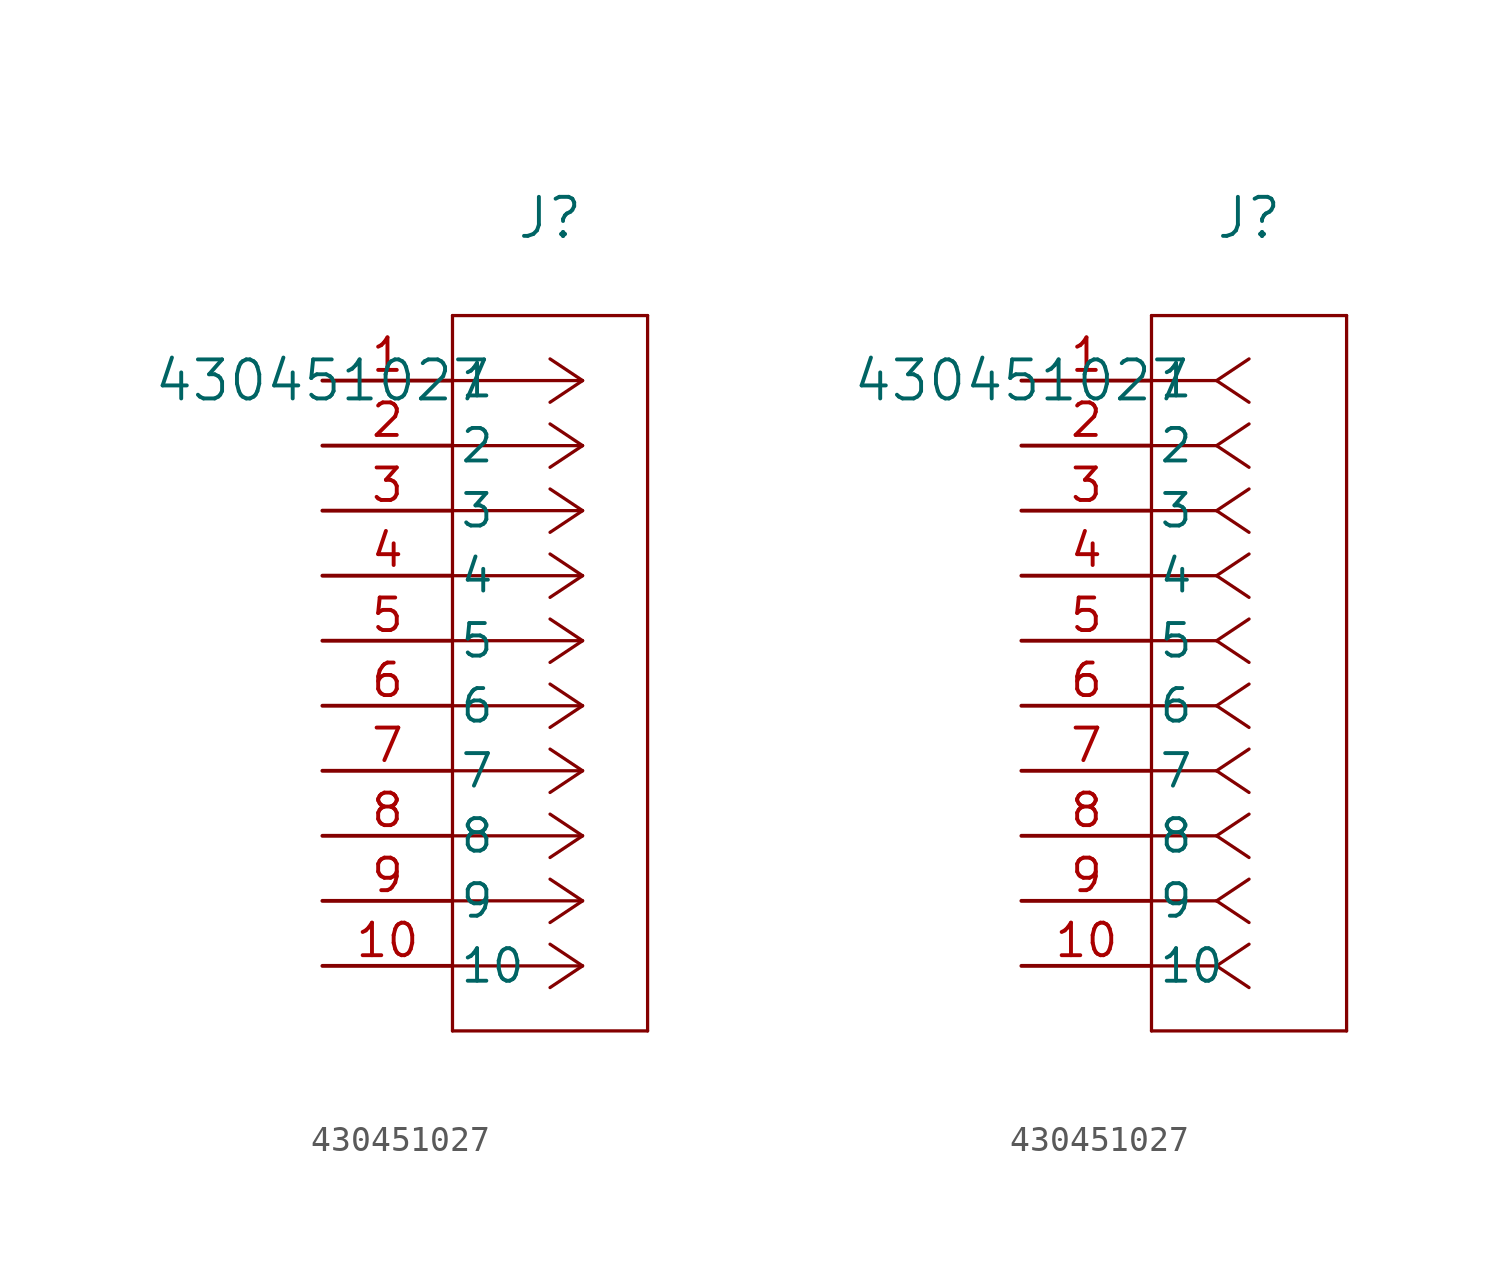
<source format=kicad_sym>
(kicad_symbol_lib
  (version 20211014)
  (generator kicad_symbol_editor)
  (symbol "430451027"
    (pin_names
      (offset 0.254))
    (property "Reference" "J"
      (at 8.89 6.35 0)
      (effects (font (size 1.524 1.524))))
    (property "Value" "430451027"
      (at 0 0 0)
      (effects (font (size 1.524 1.524))))
    (symbol "430451027_1_1"
      (polyline (pts (xy 10.16 0) (xy 5.08 0)) (stroke (width 0.127) (type default) (color 0 0 0 0)) (fill (type none)))
      (polyline (pts (xy 10.16 -2.54) (xy 5.08 -2.54)) (stroke (width 0.127) (type default) (color 0 0 0 0)) (fill (type none)))
      (polyline (pts (xy 10.16 -5.08) (xy 5.08 -5.08)) (stroke (width 0.127) (type default) (color 0 0 0 0)) (fill (type none)))
      (polyline (pts (xy 10.16 -7.62) (xy 5.08 -7.62)) (stroke (width 0.127) (type default) (color 0 0 0 0)) (fill (type none)))
      (polyline (pts (xy 10.16 -10.16) (xy 5.08 -10.16)) (stroke (width 0.127) (type default) (color 0 0 0 0)) (fill (type none)))
      (polyline (pts (xy 10.16 -12.7) (xy 5.08 -12.7)) (stroke (width 0.127) (type default) (color 0 0 0 0)) (fill (type none)))
      (polyline (pts (xy 10.16 -15.24) (xy 5.08 -15.24)) (stroke (width 0.127) (type default) (color 0 0 0 0)) (fill (type none)))
      (polyline (pts (xy 10.16 -17.78) (xy 5.08 -17.78)) (stroke (width 0.127) (type default) (color 0 0 0 0)) (fill (type none)))
      (polyline (pts (xy 10.16 -20.32) (xy 5.08 -20.32)) (stroke (width 0.127) (type default) (color 0 0 0 0)) (fill (type none)))
      (polyline (pts (xy 10.16 -22.86) (xy 5.08 -22.86)) (stroke (width 0.127) (type default) (color 0 0 0 0)) (fill (type none)))
      (polyline (pts (xy 10.16 0) (xy 8.89 0.847)) (stroke (width 0.127) (type default) (color 0 0 0 0)) (fill (type none)))
      (polyline (pts (xy 10.16 -2.54) (xy 8.89 -1.693)) (stroke (width 0.127) (type default) (color 0 0 0 0)) (fill (type none)))
      (polyline (pts (xy 10.16 -5.08) (xy 8.89 -4.233)) (stroke (width 0.127) (type default) (color 0 0 0 0)) (fill (type none)))
      (polyline (pts (xy 10.16 -7.62) (xy 8.89 -6.773)) (stroke (width 0.127) (type default) (color 0 0 0 0)) (fill (type none)))
      (polyline (pts (xy 10.16 -10.16) (xy 8.89 -9.313)) (stroke (width 0.127) (type default) (color 0 0 0 0)) (fill (type none)))
      (polyline (pts (xy 10.16 -12.7) (xy 8.89 -11.853)) (stroke (width 0.127) (type default) (color 0 0 0 0)) (fill (type none)))
      (polyline (pts (xy 10.16 -15.24) (xy 8.89 -14.393)) (stroke (width 0.127) (type default) (color 0 0 0 0)) (fill (type none)))
      (polyline (pts (xy 10.16 -17.78) (xy 8.89 -16.933)) (stroke (width 0.127) (type default) (color 0 0 0 0)) (fill (type none)))
      (polyline (pts (xy 10.16 -20.32) (xy 8.89 -19.473)) (stroke (width 0.127) (type default) (color 0 0 0 0)) (fill (type none)))
      (polyline (pts (xy 10.16 -22.86) (xy 8.89 -22.013)) (stroke (width 0.127) (type default) (color 0 0 0 0)) (fill (type none)))
      (polyline (pts (xy 10.16 0) (xy 8.89 -0.847)) (stroke (width 0.127) (type default) (color 0 0 0 0)) (fill (type none)))
      (polyline (pts (xy 10.16 -2.54) (xy 8.89 -3.387)) (stroke (width 0.127) (type default) (color 0 0 0 0)) (fill (type none)))
      (polyline (pts (xy 10.16 -5.08) (xy 8.89 -5.927)) (stroke (width 0.127) (type default) (color 0 0 0 0)) (fill (type none)))
      (polyline (pts (xy 10.16 -7.62) (xy 8.89 -8.467)) (stroke (width 0.127) (type default) (color 0 0 0 0)) (fill (type none)))
      (polyline (pts (xy 10.16 -10.16) (xy 8.89 -11.007)) (stroke (width 0.127) (type default) (color 0 0 0 0)) (fill (type none)))
      (polyline (pts (xy 10.16 -12.7) (xy 8.89 -13.547)) (stroke (width 0.127) (type default) (color 0 0 0 0)) (fill (type none)))
      (polyline (pts (xy 10.16 -15.24) (xy 8.89 -16.087)) (stroke (width 0.127) (type default) (color 0 0 0 0)) (fill (type none)))
      (polyline (pts (xy 10.16 -17.78) (xy 8.89 -18.627)) (stroke (width 0.127) (type default) (color 0 0 0 0)) (fill (type none)))
      (polyline (pts (xy 10.16 -20.32) (xy 8.89 -21.167)) (stroke (width 0.127) (type default) (color 0 0 0 0)) (fill (type none)))
      (polyline (pts (xy 10.16 -22.86) (xy 8.89 -23.707)) (stroke (width 0.127) (type default) (color 0 0 0 0)) (fill (type none)))
      (polyline (pts (xy 5.08 2.54) (xy 5.08 -25.4)) (stroke (width 0.127) (type default) (color 0 0 0 0)) (fill (type none)))
      (polyline (pts (xy 5.08 -25.4) (xy 12.7 -25.4)) (stroke (width 0.127) (type default) (color 0 0 0 0)) (fill (type none)))
      (polyline (pts (xy 12.7 -25.4) (xy 12.7 2.54)) (stroke (width 0.127) (type default) (color 0 0 0 0)) (fill (type none)))
      (polyline (pts (xy 12.7 2.54) (xy 5.08 2.54)) (stroke (width 0.127) (type default) (color 0 0 0 0)) (fill (type none)))
      (pin unspecified line (at 0 0 0) (length 5.08) (name "1" (effects (font (size 1.27 1.27)))) (number "1" (effects (font (size 1.27 1.27)))))
      (pin unspecified line (at 0 -2.54 0) (length 5.08) (name "2" (effects (font (size 1.27 1.27)))) (number "2" (effects (font (size 1.27 1.27)))))
      (pin unspecified line (at 0 -5.08 0) (length 5.08) (name "3" (effects (font (size 1.27 1.27)))) (number "3" (effects (font (size 1.27 1.27)))))
      (pin unspecified line (at 0 -7.62 0) (length 5.08) (name "4" (effects (font (size 1.27 1.27)))) (number "4" (effects (font (size 1.27 1.27)))))
      (pin unspecified line (at 0 -10.16 0) (length 5.08) (name "5" (effects (font (size 1.27 1.27)))) (number "5" (effects (font (size 1.27 1.27)))))
      (pin unspecified line (at 0 -12.7 0) (length 5.08) (name "6" (effects (font (size 1.27 1.27)))) (number "6" (effects (font (size 1.27 1.27)))))
      (pin unspecified line (at 0 -15.24 0) (length 5.08) (name "7" (effects (font (size 1.27 1.27)))) (number "7" (effects (font (size 1.27 1.27)))))
      (pin unspecified line (at 0 -17.78 0) (length 5.08) (name "8" (effects (font (size 1.27 1.27)))) (number "8" (effects (font (size 1.27 1.27)))))
      (pin unspecified line (at 0 -20.32 0) (length 5.08) (name "9" (effects (font (size 1.27 1.27)))) (number "9" (effects (font (size 1.27 1.27)))))
      (pin unspecified line (at 0 -22.86 0) (length 5.08) (name "10" (effects (font (size 1.27 1.27)))) (number "10" (effects (font (size 1.27 1.27))))))
    (symbol "430451027_1_2"
      (polyline (pts (xy 7.62 0) (xy 5.08 0)) (stroke (width 0.127) (type default) (color 0 0 0 0)) (fill (type none)))
      (polyline (pts (xy 7.62 -2.54) (xy 5.08 -2.54)) (stroke (width 0.127) (type default) (color 0 0 0 0)) (fill (type none)))
      (polyline (pts (xy 7.62 -5.08) (xy 5.08 -5.08)) (stroke (width 0.127) (type default) (color 0 0 0 0)) (fill (type none)))
      (polyline (pts (xy 7.62 -7.62) (xy 5.08 -7.62)) (stroke (width 0.127) (type default) (color 0 0 0 0)) (fill (type none)))
      (polyline (pts (xy 7.62 -10.16) (xy 5.08 -10.16)) (stroke (width 0.127) (type default) (color 0 0 0 0)) (fill (type none)))
      (polyline (pts (xy 7.62 -12.7) (xy 5.08 -12.7)) (stroke (width 0.127) (type default) (color 0 0 0 0)) (fill (type none)))
      (polyline (pts (xy 7.62 -15.24) (xy 5.08 -15.24)) (stroke (width 0.127) (type default) (color 0 0 0 0)) (fill (type none)))
      (polyline (pts (xy 7.62 -17.78) (xy 5.08 -17.78)) (stroke (width 0.127) (type default) (color 0 0 0 0)) (fill (type none)))
      (polyline (pts (xy 7.62 -20.32) (xy 5.08 -20.32)) (stroke (width 0.127) (type default) (color 0 0 0 0)) (fill (type none)))
      (polyline (pts (xy 7.62 -22.86) (xy 5.08 -22.86)) (stroke (width 0.127) (type default) (color 0 0 0 0)) (fill (type none)))
      (polyline (pts (xy 7.62 0) (xy 8.89 0.847)) (stroke (width 0.127) (type default) (color 0 0 0 0)) (fill (type none)))
      (polyline (pts (xy 7.62 -2.54) (xy 8.89 -1.693)) (stroke (width 0.127) (type default) (color 0 0 0 0)) (fill (type none)))
      (polyline (pts (xy 7.62 -5.08) (xy 8.89 -4.233)) (stroke (width 0.127) (type default) (color 0 0 0 0)) (fill (type none)))
      (polyline (pts (xy 7.62 -7.62) (xy 8.89 -6.773)) (stroke (width 0.127) (type default) (color 0 0 0 0)) (fill (type none)))
      (polyline (pts (xy 7.62 -10.16) (xy 8.89 -9.313)) (stroke (width 0.127) (type default) (color 0 0 0 0)) (fill (type none)))
      (polyline (pts (xy 7.62 -12.7) (xy 8.89 -11.853)) (stroke (width 0.127) (type default) (color 0 0 0 0)) (fill (type none)))
      (polyline (pts (xy 7.62 -15.24) (xy 8.89 -14.393)) (stroke (width 0.127) (type default) (color 0 0 0 0)) (fill (type none)))
      (polyline (pts (xy 7.62 -17.78) (xy 8.89 -16.933)) (stroke (width 0.127) (type default) (color 0 0 0 0)) (fill (type none)))
      (polyline (pts (xy 7.62 -20.32) (xy 8.89 -19.473)) (stroke (width 0.127) (type default) (color 0 0 0 0)) (fill (type none)))
      (polyline (pts (xy 7.62 -22.86) (xy 8.89 -22.013)) (stroke (width 0.127) (type default) (color 0 0 0 0)) (fill (type none)))
      (polyline (pts (xy 7.62 0) (xy 8.89 -0.847)) (stroke (width 0.127) (type default) (color 0 0 0 0)) (fill (type none)))
      (polyline (pts (xy 7.62 -2.54) (xy 8.89 -3.387)) (stroke (width 0.127) (type default) (color 0 0 0 0)) (fill (type none)))
      (polyline (pts (xy 7.62 -5.08) (xy 8.89 -5.927)) (stroke (width 0.127) (type default) (color 0 0 0 0)) (fill (type none)))
      (polyline (pts (xy 7.62 -7.62) (xy 8.89 -8.467)) (stroke (width 0.127) (type default) (color 0 0 0 0)) (fill (type none)))
      (polyline (pts (xy 7.62 -10.16) (xy 8.89 -11.007)) (stroke (width 0.127) (type default) (color 0 0 0 0)) (fill (type none)))
      (polyline (pts (xy 7.62 -12.7) (xy 8.89 -13.547)) (stroke (width 0.127) (type default) (color 0 0 0 0)) (fill (type none)))
      (polyline (pts (xy 7.62 -15.24) (xy 8.89 -16.087)) (stroke (width 0.127) (type default) (color 0 0 0 0)) (fill (type none)))
      (polyline (pts (xy 7.62 -17.78) (xy 8.89 -18.627)) (stroke (width 0.127) (type default) (color 0 0 0 0)) (fill (type none)))
      (polyline (pts (xy 7.62 -20.32) (xy 8.89 -21.167)) (stroke (width 0.127) (type default) (color 0 0 0 0)) (fill (type none)))
      (polyline (pts (xy 7.62 -22.86) (xy 8.89 -23.707)) (stroke (width 0.127) (type default) (color 0 0 0 0)) (fill (type none)))
      (polyline (pts (xy 5.08 2.54) (xy 5.08 -25.4)) (stroke (width 0.127) (type default) (color 0 0 0 0)) (fill (type none)))
      (polyline (pts (xy 5.08 -25.4) (xy 12.7 -25.4)) (stroke (width 0.127) (type default) (color 0 0 0 0)) (fill (type none)))
      (polyline (pts (xy 12.7 -25.4) (xy 12.7 2.54)) (stroke (width 0.127) (type default) (color 0 0 0 0)) (fill (type none)))
      (polyline (pts (xy 12.7 2.54) (xy 5.08 2.54)) (stroke (width 0.127) (type default) (color 0 0 0 0)) (fill (type none)))
      (pin unspecified line (at 0 0 0) (length 5.08) (name "1" (effects (font (size 1.27 1.27)))) (number "1" (effects (font (size 1.27 1.27)))))
      (pin unspecified line (at 0 -2.54 0) (length 5.08) (name "2" (effects (font (size 1.27 1.27)))) (number "2" (effects (font (size 1.27 1.27)))))
      (pin unspecified line (at 0 -5.08 0) (length 5.08) (name "3" (effects (font (size 1.27 1.27)))) (number "3" (effects (font (size 1.27 1.27)))))
      (pin unspecified line (at 0 -7.62 0) (length 5.08) (name "4" (effects (font (size 1.27 1.27)))) (number "4" (effects (font (size 1.27 1.27)))))
      (pin unspecified line (at 0 -10.16 0) (length 5.08) (name "5" (effects (font (size 1.27 1.27)))) (number "5" (effects (font (size 1.27 1.27)))))
      (pin unspecified line (at 0 -12.7 0) (length 5.08) (name "6" (effects (font (size 1.27 1.27)))) (number "6" (effects (font (size 1.27 1.27)))))
      (pin unspecified line (at 0 -15.24 0) (length 5.08) (name "7" (effects (font (size 1.27 1.27)))) (number "7" (effects (font (size 1.27 1.27)))))
      (pin unspecified line (at 0 -17.78 0) (length 5.08) (name "8" (effects (font (size 1.27 1.27)))) (number "8" (effects (font (size 1.27 1.27)))))
      (pin unspecified line (at 0 -20.32 0) (length 5.08) (name "9" (effects (font (size 1.27 1.27)))) (number "9" (effects (font (size 1.27 1.27)))))
      (pin unspecified line (at 0 -22.86 0) (length 5.08) (name "10" (effects (font (size 1.27 1.27)))) (number "10" (effects (font (size 1.27 1.27))))))))
</source>
